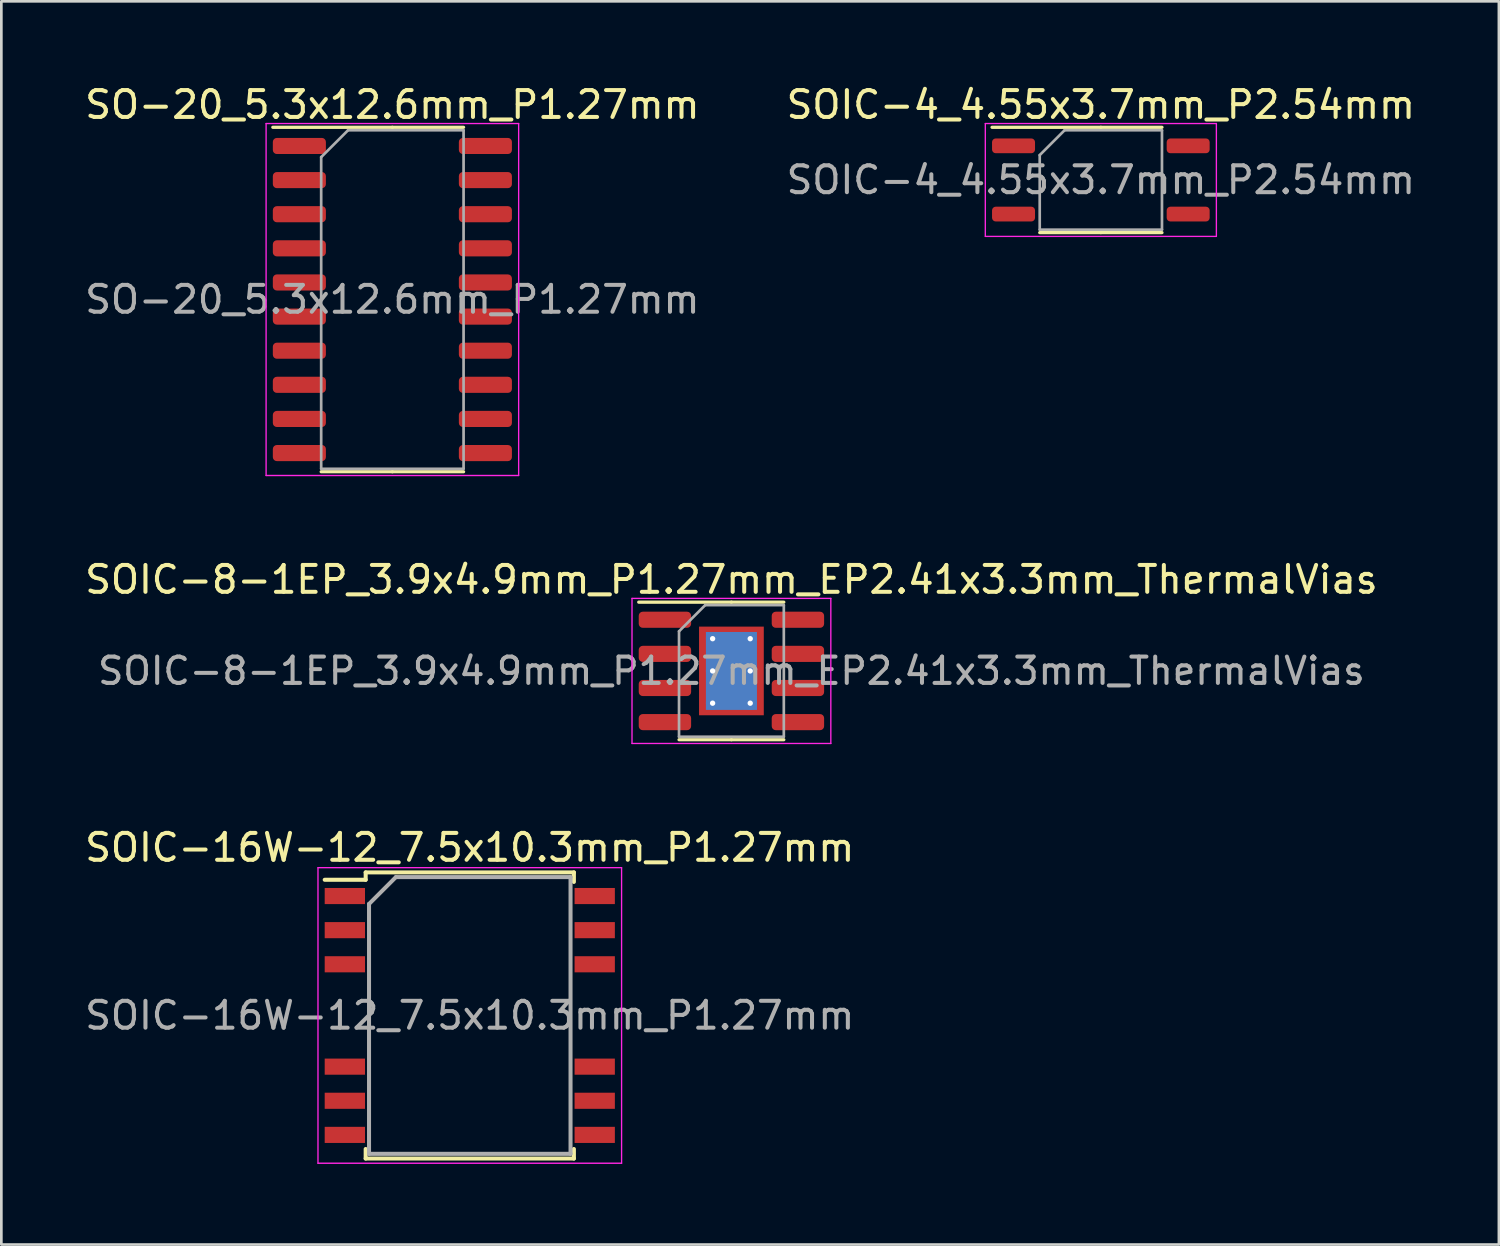
<source format=kicad_pcb>
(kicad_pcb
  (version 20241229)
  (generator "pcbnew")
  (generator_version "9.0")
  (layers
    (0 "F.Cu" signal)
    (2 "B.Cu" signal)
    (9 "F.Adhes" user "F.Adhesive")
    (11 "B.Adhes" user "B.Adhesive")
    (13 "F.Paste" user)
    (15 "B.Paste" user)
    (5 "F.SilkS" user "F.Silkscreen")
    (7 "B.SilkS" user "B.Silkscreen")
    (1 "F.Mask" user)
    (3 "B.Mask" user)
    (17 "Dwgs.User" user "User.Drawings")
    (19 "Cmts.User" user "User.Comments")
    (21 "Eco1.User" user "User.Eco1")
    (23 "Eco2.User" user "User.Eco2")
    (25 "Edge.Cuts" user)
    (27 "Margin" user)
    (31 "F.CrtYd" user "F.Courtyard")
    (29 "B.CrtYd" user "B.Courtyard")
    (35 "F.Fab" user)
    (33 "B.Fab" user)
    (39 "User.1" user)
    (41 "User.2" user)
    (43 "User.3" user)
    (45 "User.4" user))
  (footprint "SO-20_5.3x12.6mm_P1.27mm"
    (layer "F.Cu")
    (at 11.554 8.098)
    (property "Reference" "SO-20_5.3x12.6mm_P1.27mm" (at 0 -7.25 0) (layer "F.SilkS") (effects (font (size 1 1) (thickness 0.15))))
    (attr smd)
    (fp_line (start 0 -6.41) (end -4.45 -6.41) (stroke (width 0.12) (type solid)) (layer "F.SilkS"))
    (fp_line (start 0 -6.41) (end 2.65 -6.41) (stroke (width 0.12) (type solid)) (layer "F.SilkS"))
    (fp_line (start 0 6.41) (end -2.65 6.41) (stroke (width 0.12) (type solid)) (layer "F.SilkS"))
    (fp_line (start 0 6.41) (end 2.65 6.41) (stroke (width 0.12) (type solid)) (layer "F.SilkS"))
    (fp_line (start -4.7 -6.55) (end -4.7 6.55) (stroke (width 0.05) (type solid)) (layer "F.CrtYd"))
    (fp_line (start -4.7 6.55) (end 4.7 6.55) (stroke (width 0.05) (type solid)) (layer "F.CrtYd"))
    (fp_line (start 4.7 -6.55) (end -4.7 -6.55) (stroke (width 0.05) (type solid)) (layer "F.CrtYd"))
    (fp_line (start 4.7 6.55) (end 4.7 -6.55) (stroke (width 0.05) (type solid)) (layer "F.CrtYd"))
    (fp_line (start -2.65 -5.3) (end -1.65 -6.3) (stroke (width 0.1) (type solid)) (layer "F.Fab"))
    (fp_line (start -2.65 6.3) (end -2.65 -5.3) (stroke (width 0.1) (type solid)) (layer "F.Fab"))
    (fp_line (start -1.65 -6.3) (end 2.65 -6.3) (stroke (width 0.1) (type solid)) (layer "F.Fab"))
    (fp_line (start 2.65 -6.3) (end 2.65 6.3) (stroke (width 0.1) (type solid)) (layer "F.Fab"))
    (fp_line (start 2.65 6.3) (end -2.65 6.3) (stroke (width 0.1) (type solid)) (layer "F.Fab"))
    (fp_text user "${REFERENCE}" (at 0 0 0) (layer "F.Fab") (effects (font (size 1 1) (thickness 0.15))))
    (pad "1" smd roundrect (at -3.462 -5.715) (size 1.975 0.6) (layers "F.Cu" "F.Mask" "F.Paste") (roundrect_rratio 0.25))
    (pad "2" smd roundrect (at -3.462 -4.445) (size 1.975 0.6) (layers "F.Cu" "F.Mask" "F.Paste") (roundrect_rratio 0.25))
    (pad "3" smd roundrect (at -3.462 -3.175) (size 1.975 0.6) (layers "F.Cu" "F.Mask" "F.Paste") (roundrect_rratio 0.25))
    (pad "4" smd roundrect (at -3.462 -1.905) (size 1.975 0.6) (layers "F.Cu" "F.Mask" "F.Paste") (roundrect_rratio 0.25))
    (pad "5" smd roundrect (at -3.462 -0.635) (size 1.975 0.6) (layers "F.Cu" "F.Mask" "F.Paste") (roundrect_rratio 0.25))
    (pad "6" smd roundrect (at -3.462 0.635) (size 1.975 0.6) (layers "F.Cu" "F.Mask" "F.Paste") (roundrect_rratio 0.25))
    (pad "7" smd roundrect (at -3.462 1.905) (size 1.975 0.6) (layers "F.Cu" "F.Mask" "F.Paste") (roundrect_rratio 0.25))
    (pad "8" smd roundrect (at -3.462 3.175) (size 1.975 0.6) (layers "F.Cu" "F.Mask" "F.Paste") (roundrect_rratio 0.25))
    (pad "9" smd roundrect (at -3.462 4.445) (size 1.975 0.6) (layers "F.Cu" "F.Mask" "F.Paste") (roundrect_rratio 0.25))
    (pad "10" smd roundrect (at -3.462 5.715) (size 1.975 0.6) (layers "F.Cu" "F.Mask" "F.Paste") (roundrect_rratio 0.25))
    (pad "11" smd roundrect (at 3.462 5.715) (size 1.975 0.6) (layers "F.Cu" "F.Mask" "F.Paste") (roundrect_rratio 0.25))
    (pad "12" smd roundrect (at 3.462 4.445) (size 1.975 0.6) (layers "F.Cu" "F.Mask" "F.Paste") (roundrect_rratio 0.25))
    (pad "13" smd roundrect (at 3.462 3.175) (size 1.975 0.6) (layers "F.Cu" "F.Mask" "F.Paste") (roundrect_rratio 0.25))
    (pad "14" smd roundrect (at 3.462 1.905) (size 1.975 0.6) (layers "F.Cu" "F.Mask" "F.Paste") (roundrect_rratio 0.25))
    (pad "15" smd roundrect (at 3.462 0.635) (size 1.975 0.6) (layers "F.Cu" "F.Mask" "F.Paste") (roundrect_rratio 0.25))
    (pad "16" smd roundrect (at 3.462 -0.635) (size 1.975 0.6) (layers "F.Cu" "F.Mask" "F.Paste") (roundrect_rratio 0.25))
    (pad "17" smd roundrect (at 3.462 -1.905) (size 1.975 0.6) (layers "F.Cu" "F.Mask" "F.Paste") (roundrect_rratio 0.25))
    (pad "18" smd roundrect (at 3.462 -3.175) (size 1.975 0.6) (layers "F.Cu" "F.Mask" "F.Paste") (roundrect_rratio 0.25))
    (pad "19" smd roundrect (at 3.462 -4.445) (size 1.975 0.6) (layers "F.Cu" "F.Mask" "F.Paste") (roundrect_rratio 0.25))
    (pad "20" smd roundrect (at 3.462 -5.715) (size 1.975 0.6) (layers "F.Cu" "F.Mask" "F.Paste") (roundrect_rratio 0.25)))
  (footprint "SOIC-16W-12_7.5x10.3mm_P1.27mm"
    (layer "F.Cu")
    (at 14.435 34.745)
    (property "Reference" "SOIC-16W-12_7.5x10.3mm_P1.27mm" (at 0 -6.25 0) (layer "F.SilkS") (effects (font (size 1 1) (thickness 0.15))))
    (attr smd)
    (fp_line (start -3.875 -5.325) (end -3.875 -5.05) (stroke (width 0.15) (type solid)) (layer "F.SilkS"))
    (fp_line (start -3.875 -5.325) (end 3.875 -5.325) (stroke (width 0.15) (type solid)) (layer "F.SilkS"))
    (fp_line (start -3.875 -5.05) (end -5.4 -5.05) (stroke (width 0.15) (type solid)) (layer "F.SilkS"))
    (fp_line (start -3.875 5.325) (end -3.875 4.97) (stroke (width 0.15) (type solid)) (layer "F.SilkS"))
    (fp_line (start -3.875 5.325) (end 3.875 5.325) (stroke (width 0.15) (type solid)) (layer "F.SilkS"))
    (fp_line (start 3.875 -5.325) (end 3.875 -4.97) (stroke (width 0.15) (type solid)) (layer "F.SilkS"))
    (fp_line (start 3.875 5.325) (end 3.875 4.97) (stroke (width 0.15) (type solid)) (layer "F.SilkS"))
    (fp_line (start -5.65 -5.5) (end -5.65 5.5) (stroke (width 0.05) (type solid)) (layer "F.CrtYd"))
    (fp_line (start -5.65 -5.5) (end 5.65 -5.5) (stroke (width 0.05) (type solid)) (layer "F.CrtYd"))
    (fp_line (start -5.65 5.5) (end 5.65 5.5) (stroke (width 0.05) (type solid)) (layer "F.CrtYd"))
    (fp_line (start 5.65 -5.5) (end 5.65 5.5) (stroke (width 0.05) (type solid)) (layer "F.CrtYd"))
    (fp_line (start -3.75 -4.15) (end -2.75 -5.15) (stroke (width 0.15) (type solid)) (layer "F.Fab"))
    (fp_line (start -3.75 5.15) (end -3.75 -4.15) (stroke (width 0.15) (type solid)) (layer "F.Fab"))
    (fp_line (start -2.75 -5.15) (end 3.75 -5.15) (stroke (width 0.15) (type solid)) (layer "F.Fab"))
    (fp_line (start 3.75 -5.15) (end 3.75 5.15) (stroke (width 0.15) (type solid)) (layer "F.Fab"))
    (fp_line (start 3.75 5.15) (end -3.75 5.15) (stroke (width 0.15) (type solid)) (layer "F.Fab"))
    (fp_text user "${REFERENCE}" (at 0 0 0) (layer "F.Fab") (effects (font (size 1 1) (thickness 0.15))))
    (pad "1" smd rect (at -4.65 -4.445) (size 1.5 0.6) (layers "F.Cu" "F.Mask" "F.Paste"))
    (pad "2" smd rect (at -4.65 -3.175) (size 1.5 0.6) (layers "F.Cu" "F.Mask" "F.Paste"))
    (pad "3" smd rect (at -4.65 -1.905) (size 1.5 0.6) (layers "F.Cu" "F.Mask" "F.Paste"))
    (pad "6" smd rect (at -4.65 1.905) (size 1.5 0.6) (layers "F.Cu" "F.Mask" "F.Paste"))
    (pad "7" smd rect (at -4.65 3.175) (size 1.5 0.6) (layers "F.Cu" "F.Mask" "F.Paste"))
    (pad "8" smd rect (at -4.65 4.445) (size 1.5 0.6) (layers "F.Cu" "F.Mask" "F.Paste"))
    (pad "9" smd rect (at 4.65 4.445) (size 1.5 0.6) (layers "F.Cu" "F.Mask" "F.Paste"))
    (pad "10" smd rect (at 4.65 3.175) (size 1.5 0.6) (layers "F.Cu" "F.Mask" "F.Paste"))
    (pad "11" smd rect (at 4.65 1.905) (size 1.5 0.6) (layers "F.Cu" "F.Mask" "F.Paste"))
    (pad "14" smd rect (at 4.65 -1.905) (size 1.5 0.6) (layers "F.Cu" "F.Mask" "F.Paste"))
    (pad "15" smd rect (at 4.65 -3.175) (size 1.5 0.6) (layers "F.Cu" "F.Mask" "F.Paste"))
    (pad "16" smd rect (at 4.65 -4.445) (size 1.5 0.6) (layers "F.Cu" "F.Mask" "F.Paste")))
  (footprint "SOIC-4_4.55x3.7mm_P2.54mm"
    (layer "F.Cu")
    (at 37.923 3.648)
    (property "Reference" "SOIC-4_4.55x3.7mm_P2.54mm" (at 0 -2.8 0) (layer "F.SilkS") (effects (font (size 1 1) (thickness 0.15))))
    (attr smd)
    (fp_line (start 0 -1.96) (end -4.05 -1.96) (stroke (width 0.12) (type solid)) (layer "F.SilkS"))
    (fp_line (start 0 -1.96) (end 2.275 -1.96) (stroke (width 0.12) (type solid)) (layer "F.SilkS"))
    (fp_line (start 0 1.96) (end -2.275 1.96) (stroke (width 0.12) (type solid)) (layer "F.SilkS"))
    (fp_line (start 0 1.96) (end 2.275 1.96) (stroke (width 0.12) (type solid)) (layer "F.SilkS"))
    (fp_line (start -4.3 -2.1) (end -4.3 2.1) (stroke (width 0.05) (type solid)) (layer "F.CrtYd"))
    (fp_line (start -4.3 2.1) (end 4.3 2.1) (stroke (width 0.05) (type solid)) (layer "F.CrtYd"))
    (fp_line (start 4.3 -2.1) (end -4.3 -2.1) (stroke (width 0.05) (type solid)) (layer "F.CrtYd"))
    (fp_line (start 4.3 2.1) (end 4.3 -2.1) (stroke (width 0.05) (type solid)) (layer "F.CrtYd"))
    (fp_line (start -2.275 -0.925) (end -1.35 -1.85) (stroke (width 0.1) (type solid)) (layer "F.Fab"))
    (fp_line (start -2.275 1.85) (end -2.275 -0.925) (stroke (width 0.1) (type solid)) (layer "F.Fab"))
    (fp_line (start -1.35 -1.85) (end 2.275 -1.85) (stroke (width 0.1) (type solid)) (layer "F.Fab"))
    (fp_line (start 2.275 -1.85) (end 2.275 1.85) (stroke (width 0.1) (type solid)) (layer "F.Fab"))
    (fp_line (start 2.275 1.85) (end -2.275 1.85) (stroke (width 0.1) (type solid)) (layer "F.Fab"))
    (fp_text user "${REFERENCE}" (at 0 0 0) (layer "F.Fab") (effects (font (size 1 1) (thickness 0.15))))
    (pad "1" smd roundrect (at -3.25 -1.27) (size 1.6 0.55) (layers "F.Cu" "F.Mask" "F.Paste") (roundrect_rratio 0.25))
    (pad "3" smd roundrect (at -3.25 1.27) (size 1.6 0.55) (layers "F.Cu" "F.Mask" "F.Paste") (roundrect_rratio 0.25))
    (pad "4" smd roundrect (at 3.25 1.27) (size 1.6 0.55) (layers "F.Cu" "F.Mask" "F.Paste") (roundrect_rratio 0.25))
    (pad "6" smd roundrect (at 3.25 -1.27) (size 1.6 0.55) (layers "F.Cu" "F.Mask" "F.Paste") (roundrect_rratio 0.25)))
  (footprint "SOIC-8-1EP_3.9x4.9mm_P1.27mm_EP2.41x3.3mm_ThermalVias"
    (layer "F.Cu")
    (at 24.173 21.922)
    (property "Reference" "SOIC-8-1EP_3.9x4.9mm_P1.27mm_EP2.41x3.3mm_ThermalVias" (at 0 -3.4 0) (layer "F.SilkS") (effects (font (size 1 1) (thickness 0.15))))
    (attr smd)
    (fp_line (start 0 -2.56) (end -3.45 -2.56) (stroke (width 0.12) (type solid)) (layer "F.SilkS"))
    (fp_line (start 0 -2.56) (end 1.95 -2.56) (stroke (width 0.12) (type solid)) (layer "F.SilkS"))
    (fp_line (start 0 2.56) (end -1.95 2.56) (stroke (width 0.12) (type solid)) (layer "F.SilkS"))
    (fp_line (start 0 2.56) (end 1.95 2.56) (stroke (width 0.12) (type solid)) (layer "F.SilkS"))
    (fp_line (start -3.7 -2.7) (end -3.7 2.7) (stroke (width 0.05) (type solid)) (layer "F.CrtYd"))
    (fp_line (start -3.7 2.7) (end 3.7 2.7) (stroke (width 0.05) (type solid)) (layer "F.CrtYd"))
    (fp_line (start 3.7 -2.7) (end -3.7 -2.7) (stroke (width 0.05) (type solid)) (layer "F.CrtYd"))
    (fp_line (start 3.7 2.7) (end 3.7 -2.7) (stroke (width 0.05) (type solid)) (layer "F.CrtYd"))
    (fp_line (start -1.95 -1.475) (end -0.975 -2.45) (stroke (width 0.1) (type solid)) (layer "F.Fab"))
    (fp_line (start -1.95 2.45) (end -1.95 -1.475) (stroke (width 0.1) (type solid)) (layer "F.Fab"))
    (fp_line (start -0.975 -2.45) (end 1.95 -2.45) (stroke (width 0.1) (type solid)) (layer "F.Fab"))
    (fp_line (start 1.95 -2.45) (end 1.95 2.45) (stroke (width 0.1) (type solid)) (layer "F.Fab"))
    (fp_line (start 1.95 2.45) (end -1.95 2.45) (stroke (width 0.1) (type solid)) (layer "F.Fab"))
    (fp_text user "${REFERENCE}" (at 0 0 0) (layer "F.Fab") (effects (font (size 0.98 0.98) (thickness 0.15))))
    (pad "" smd roundrect (at -0.6 -0.825) (size 1.01 1.38) (layers "F.Paste") (roundrect_rratio 0.248))
    (pad "" smd roundrect (at -0.6 0.825) (size 1.01 1.38) (layers "F.Paste") (roundrect_rratio 0.248))
    (pad "" smd roundrect (at 0.6 -0.825) (size 1.01 1.38) (layers "F.Paste") (roundrect_rratio 0.248))
    (pad "" smd roundrect (at 0.6 0.825) (size 1.01 1.38) (layers "F.Paste") (roundrect_rratio 0.248))
    (pad "1" smd roundrect (at -2.475 -1.905) (size 1.95 0.6) (layers "F.Cu" "F.Mask" "F.Paste") (roundrect_rratio 0.25))
    (pad "2" smd roundrect (at -2.475 -0.635) (size 1.95 0.6) (layers "F.Cu" "F.Mask" "F.Paste") (roundrect_rratio 0.25))
    (pad "3" smd roundrect (at -2.475 0.635) (size 1.95 0.6) (layers "F.Cu" "F.Mask" "F.Paste") (roundrect_rratio 0.25))
    (pad "4" smd roundrect (at -2.475 1.905) (size 1.95 0.6) (layers "F.Cu" "F.Mask" "F.Paste") (roundrect_rratio 0.25))
    (pad "5" smd roundrect (at 2.475 1.905) (size 1.95 0.6) (layers "F.Cu" "F.Mask" "F.Paste") (roundrect_rratio 0.25))
    (pad "6" smd roundrect (at 2.475 0.635) (size 1.95 0.6) (layers "F.Cu" "F.Mask" "F.Paste") (roundrect_rratio 0.25))
    (pad "7" smd roundrect (at 2.475 -0.635) (size 1.95 0.6) (layers "F.Cu" "F.Mask" "F.Paste") (roundrect_rratio 0.25))
    (pad "8" smd roundrect (at 2.475 -1.905) (size 1.95 0.6) (layers "F.Cu" "F.Mask" "F.Paste") (roundrect_rratio 0.25))
    (pad "9" thru_hole circle (at -0.7 -1.2) (size 0.5 0.5) (drill 0.2) (layers "*.Cu"))
    (pad "9" thru_hole circle (at -0.7 0) (size 0.5 0.5) (drill 0.2) (layers "*.Cu"))
    (pad "9" thru_hole circle (at -0.7 1.2) (size 0.5 0.5) (drill 0.2) (layers "*.Cu"))
    (pad "9" smd rect (at 0 0) (size 1.9 2.9) (layers "B.Cu"))
    (pad "9" smd rect (at 0 0) (size 2.41 3.3) (layers "F.Cu" "F.Mask"))
    (pad "9" thru_hole circle (at 0.7 -1.2) (size 0.5 0.5) (drill 0.2) (layers "*.Cu"))
    (pad "9" thru_hole circle (at 0.7 0) (size 0.5 0.5) (drill 0.2) (layers "*.Cu"))
    (pad "9" thru_hole circle (at 0.7 1.2) (size 0.5 0.5) (drill 0.2) (layers "*.Cu")))
  (gr_rect
    (start -3 -3)
    (end 52.738 43.27)
    (stroke (width 0.1) (type default))
    (fill no)
    (layer "Edge.Cuts")))
</source>
